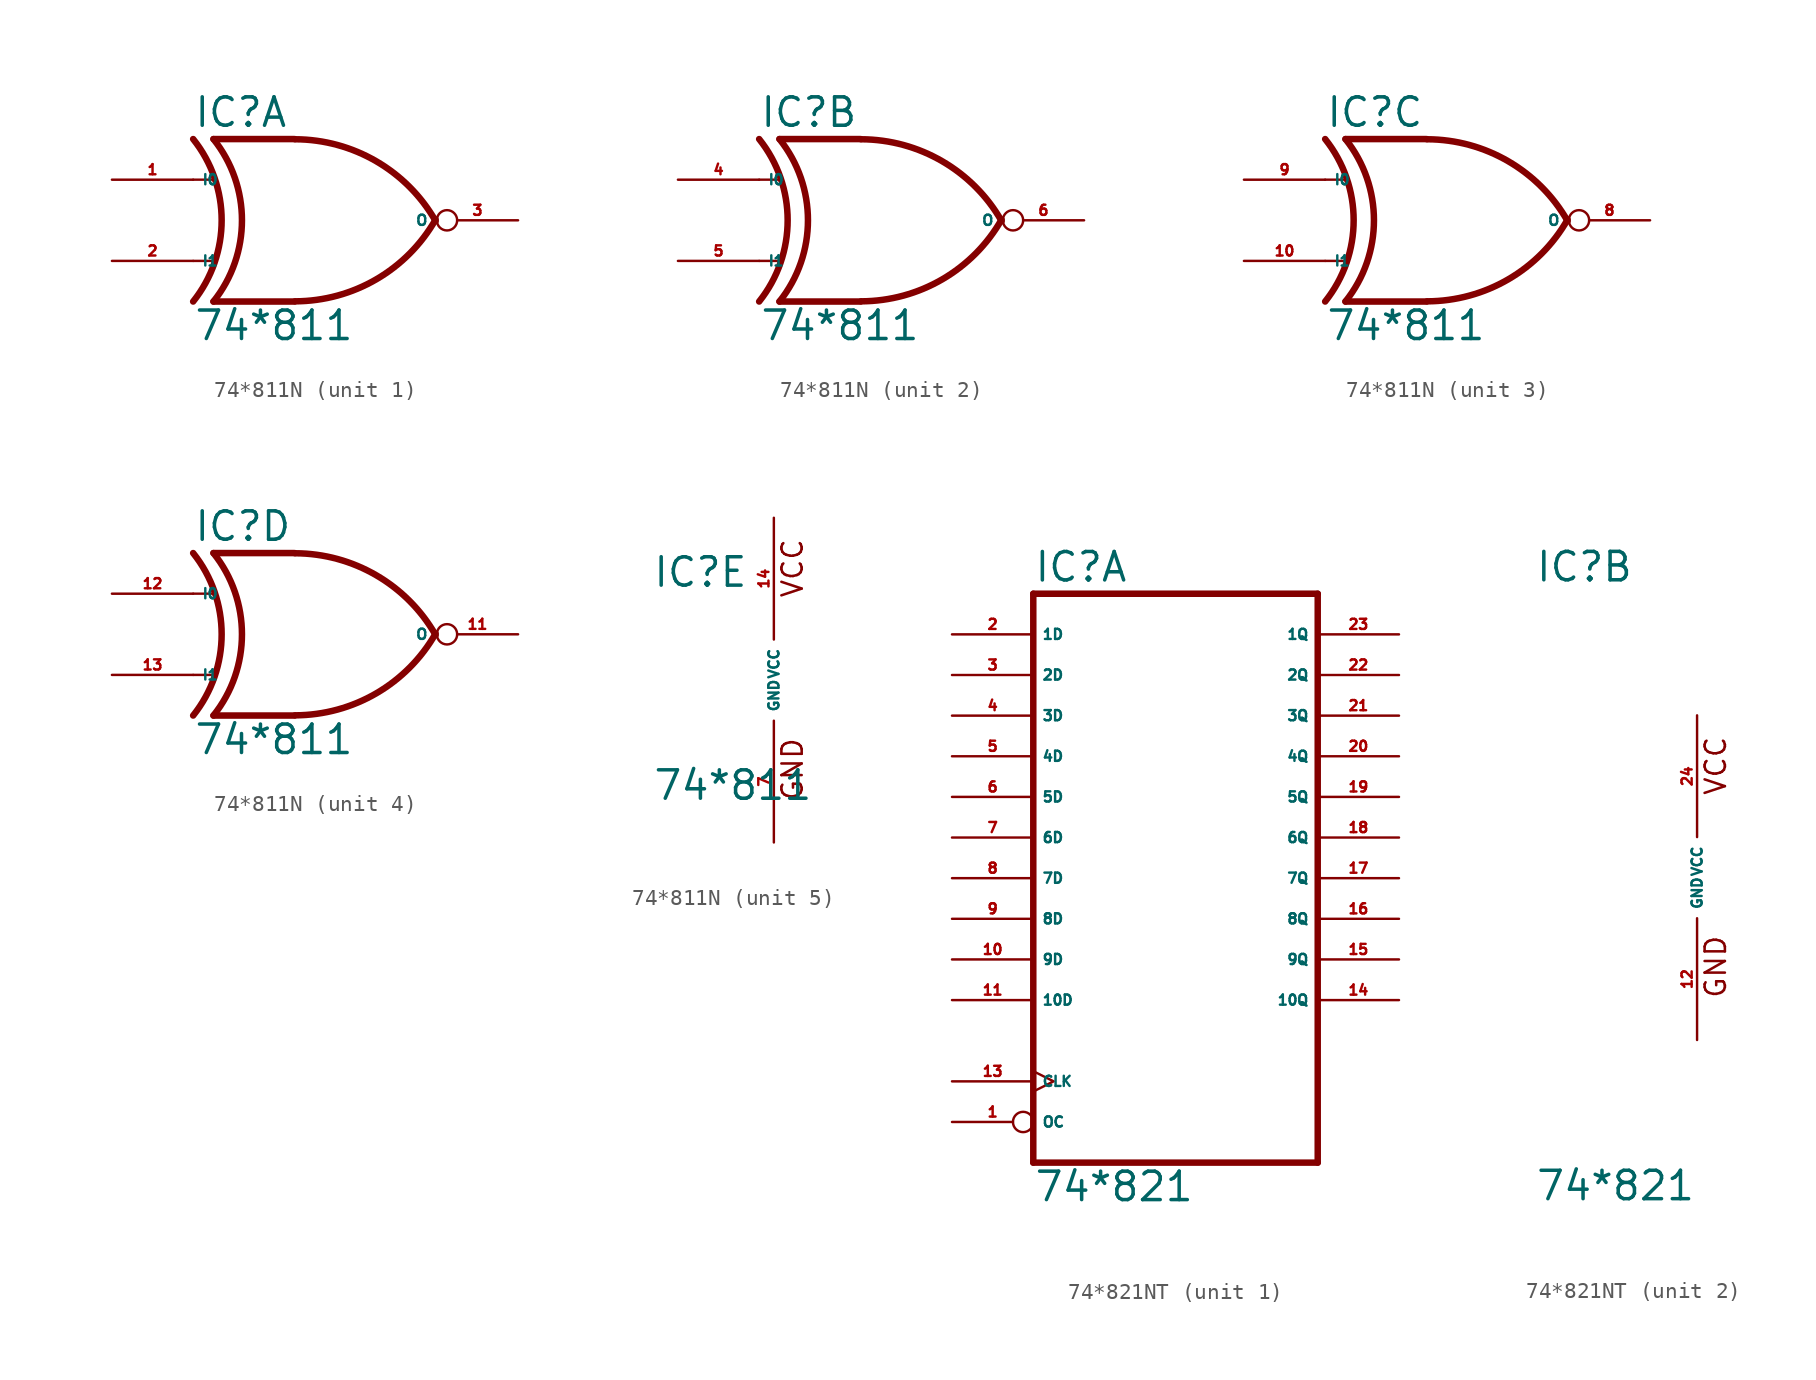
<source format=kicad_sym>
(kicad_symbol_lib
  (version 20220914)
  (generator Eagle2Kicad)
  (symbol "74*811N"
    (property "Reference" "IC"
      (at -7.62 5.715 0)
      (effects (font (size 1.778 1.778) (thickness 0.22)) (justify left bottom)))
    (property "Value" "74*811"
      (at -7.62 -7.62 0)
      (effects (font (size 1.778 1.778) (thickness 0.22)) (justify left bottom)))
    (symbol "74*811N_1_0"
      (polyline (pts (xy -1.27 5.08) (xy -6.35 5.08)) (stroke (width 0.406) (type default)) (fill (type none)))
      (polyline (pts (xy -1.27 -5.08) (xy -6.35 -5.08)) (stroke (width 0.406) (type default)) (fill (type none)))
      (polyline (pts (xy -7.62 2.54) (xy -6.35 2.54)) (stroke (width 0.152) (type default)) (fill (type none)))
      (polyline (pts (xy -7.62 -2.54) (xy -6.35 -2.54)) (stroke (width 0.152) (type default)) (fill (type none)))
      (arc (start -1.2446 -5.0678) (mid 3.837 -3.689) (end 7.5439 0.0507) (stroke (width 0.4064) (type default)) (fill (type none)))
      (arc (start 7.5442 -0.0505) (mid 3.837 3.689) (end -1.2446 5.0678) (stroke (width 0.4064) (type default)) (fill (type none)))
      (arc (start -6.35 -5.08) (mid -4.568 0.000) (end -6.35 5.08) (stroke (width 0.4064) (type default)) (fill (type none)))
      (arc (start -7.62 -5.08) (mid -5.838 0.000) (end -7.62 5.08) (stroke (width 0.4064) (type default)) (fill (type none)))
      (pin input line (at -12.7 2.54 0) (length 5.08) (name "I0" (effects (font (size 0.635 0.635) (thickness 0.08)) (justify left bottom))) (number "1" (effects (font (size 0.635 0.635) (thickness 0.08)) (justify left bottom))))
      (pin input line (at -12.7 -2.54 0) (length 5.08) (name "I1" (effects (font (size 0.635 0.635) (thickness 0.08)) (justify left bottom))) (number "2" (effects (font (size 0.635 0.635) (thickness 0.08)) (justify left bottom))))
      (pin open_collector inverted (at 12.7 0 180) (length 5.08) (name "O" (effects (font (size 0.635 0.635) (thickness 0.08)) (justify left bottom))) (number "3" (effects (font (size 0.635 0.635) (thickness 0.08)) (justify left bottom)))))
    (symbol "74*811N_2_0"
      (polyline (pts (xy -1.27 5.08) (xy -6.35 5.08)) (stroke (width 0.406) (type default)) (fill (type none)))
      (polyline (pts (xy -1.27 -5.08) (xy -6.35 -5.08)) (stroke (width 0.406) (type default)) (fill (type none)))
      (polyline (pts (xy -7.62 2.54) (xy -6.35 2.54)) (stroke (width 0.152) (type default)) (fill (type none)))
      (polyline (pts (xy -7.62 -2.54) (xy -6.35 -2.54)) (stroke (width 0.152) (type default)) (fill (type none)))
      (arc (start -1.2446 -5.0678) (mid 3.837 -3.689) (end 7.5439 0.0507) (stroke (width 0.4064) (type default)) (fill (type none)))
      (arc (start 7.5442 -0.0505) (mid 3.837 3.689) (end -1.2446 5.0678) (stroke (width 0.4064) (type default)) (fill (type none)))
      (arc (start -6.35 -5.08) (mid -4.568 0.000) (end -6.35 5.08) (stroke (width 0.4064) (type default)) (fill (type none)))
      (arc (start -7.62 -5.08) (mid -5.838 0.000) (end -7.62 5.08) (stroke (width 0.4064) (type default)) (fill (type none)))
      (pin input line (at -12.7 2.54 0) (length 5.08) (name "I0" (effects (font (size 0.635 0.635) (thickness 0.08)) (justify left bottom))) (number "4" (effects (font (size 0.635 0.635) (thickness 0.08)) (justify left bottom))))
      (pin input line (at -12.7 -2.54 0) (length 5.08) (name "I1" (effects (font (size 0.635 0.635) (thickness 0.08)) (justify left bottom))) (number "5" (effects (font (size 0.635 0.635) (thickness 0.08)) (justify left bottom))))
      (pin open_collector inverted (at 12.7 0 180) (length 5.08) (name "O" (effects (font (size 0.635 0.635) (thickness 0.08)) (justify left bottom))) (number "6" (effects (font (size 0.635 0.635) (thickness 0.08)) (justify left bottom)))))
    (symbol "74*811N_3_0"
      (polyline (pts (xy -1.27 5.08) (xy -6.35 5.08)) (stroke (width 0.406) (type default)) (fill (type none)))
      (polyline (pts (xy -1.27 -5.08) (xy -6.35 -5.08)) (stroke (width 0.406) (type default)) (fill (type none)))
      (polyline (pts (xy -7.62 2.54) (xy -6.35 2.54)) (stroke (width 0.152) (type default)) (fill (type none)))
      (polyline (pts (xy -7.62 -2.54) (xy -6.35 -2.54)) (stroke (width 0.152) (type default)) (fill (type none)))
      (arc (start -1.2446 -5.0678) (mid 3.837 -3.689) (end 7.5439 0.0507) (stroke (width 0.4064) (type default)) (fill (type none)))
      (arc (start 7.5442 -0.0505) (mid 3.837 3.689) (end -1.2446 5.0678) (stroke (width 0.4064) (type default)) (fill (type none)))
      (arc (start -6.35 -5.08) (mid -4.568 0.000) (end -6.35 5.08) (stroke (width 0.4064) (type default)) (fill (type none)))
      (arc (start -7.62 -5.08) (mid -5.838 0.000) (end -7.62 5.08) (stroke (width 0.4064) (type default)) (fill (type none)))
      (pin input line (at -12.7 2.54 0) (length 5.08) (name "I0" (effects (font (size 0.635 0.635) (thickness 0.08)) (justify left bottom))) (number "9" (effects (font (size 0.635 0.635) (thickness 0.08)) (justify left bottom))))
      (pin input line (at -12.7 -2.54 0) (length 5.08) (name "I1" (effects (font (size 0.635 0.635) (thickness 0.08)) (justify left bottom))) (number "10" (effects (font (size 0.635 0.635) (thickness 0.08)) (justify left bottom))))
      (pin open_collector inverted (at 12.7 0 180) (length 5.08) (name "O" (effects (font (size 0.635 0.635) (thickness 0.08)) (justify left bottom))) (number "8" (effects (font (size 0.635 0.635) (thickness 0.08)) (justify left bottom)))))
    (symbol "74*811N_4_0"
      (polyline (pts (xy -1.27 5.08) (xy -6.35 5.08)) (stroke (width 0.406) (type default)) (fill (type none)))
      (polyline (pts (xy -1.27 -5.08) (xy -6.35 -5.08)) (stroke (width 0.406) (type default)) (fill (type none)))
      (polyline (pts (xy -7.62 2.54) (xy -6.35 2.54)) (stroke (width 0.152) (type default)) (fill (type none)))
      (polyline (pts (xy -7.62 -2.54) (xy -6.35 -2.54)) (stroke (width 0.152) (type default)) (fill (type none)))
      (arc (start -1.2446 -5.0678) (mid 3.837 -3.689) (end 7.5439 0.0507) (stroke (width 0.4064) (type default)) (fill (type none)))
      (arc (start 7.5442 -0.0505) (mid 3.837 3.689) (end -1.2446 5.0678) (stroke (width 0.4064) (type default)) (fill (type none)))
      (arc (start -6.35 -5.08) (mid -4.568 0.000) (end -6.35 5.08) (stroke (width 0.4064) (type default)) (fill (type none)))
      (arc (start -7.62 -5.08) (mid -5.838 0.000) (end -7.62 5.08) (stroke (width 0.4064) (type default)) (fill (type none)))
      (pin input line (at -12.7 2.54 0) (length 5.08) (name "I0" (effects (font (size 0.635 0.635) (thickness 0.08)) (justify left bottom))) (number "12" (effects (font (size 0.635 0.635) (thickness 0.08)) (justify left bottom))))
      (pin input line (at -12.7 -2.54 0) (length 5.08) (name "I1" (effects (font (size 0.635 0.635) (thickness 0.08)) (justify left bottom))) (number "13" (effects (font (size 0.635 0.635) (thickness 0.08)) (justify left bottom))))
      (pin open_collector inverted (at 12.7 0 180) (length 5.08) (name "O" (effects (font (size 0.635 0.635) (thickness 0.08)) (justify left bottom))) (number "11" (effects (font (size 0.635 0.635) (thickness 0.08)) (justify left bottom)))))
    (symbol "74*811N_5_0"
      (text "GND" (at 1.905 -7.62 900) (effects (font (size 1.27 1.27) (thickness 0.16)) (justify left bottom)))
      (text "VCC" (at 1.905 5.08 900) (effects (font (size 1.27 1.27) (thickness 0.16)) (justify left bottom)))
      (pin unspecified line (at 0 -10.16 90) (length 7.62) (name "GND" (effects (font (size 0.635 0.635) (thickness 0.08)) (justify left bottom))) (number "7" (effects (font (size 0.635 0.635) (thickness 0.08)) (justify left bottom))))
      (pin unspecified line (at 0 10.16 270) (length 7.62) (name "VCC" (effects (font (size 0.635 0.635) (thickness 0.08)) (justify left bottom))) (number "14" (effects (font (size 0.635 0.635) (thickness 0.08)) (justify left bottom))))))
  (symbol "74*821NT"
    (property "Reference" "IC"
      (at -10.16 18.415 0)
      (effects (font (size 1.778 1.778) (thickness 0.22)) (justify left bottom)))
    (property "Value" "74*821"
      (at -10.16 -20.32 0)
      (effects (font (size 1.778 1.778) (thickness 0.22)) (justify left bottom)))
    (symbol "74*821NT_1_0"
      (polyline (pts (xy -10.16 -17.78) (xy 7.62 -17.78)) (stroke (width 0.406) (type default)) (fill (type none)))
      (polyline (pts (xy 7.62 -17.78) (xy 7.62 17.78)) (stroke (width 0.406) (type default)) (fill (type none)))
      (polyline (pts (xy 7.62 17.78) (xy -10.16 17.78)) (stroke (width 0.406) (type default)) (fill (type none)))
      (polyline (pts (xy -10.16 17.78) (xy -10.16 -17.78)) (stroke (width 0.406) (type default)) (fill (type none)))
      (pin input inverted (at -15.24 -15.24 0) (length 5.08) (name "OC" (effects (font (size 0.635 0.635) (thickness 0.08)) (justify left bottom))) (number "1" (effects (font (size 0.635 0.635) (thickness 0.08)) (justify left bottom))))
      (pin input line (at -15.24 15.24 0) (length 5.08) (name "1D" (effects (font (size 0.635 0.635) (thickness 0.08)) (justify left bottom))) (number "2" (effects (font (size 0.635 0.635) (thickness 0.08)) (justify left bottom))))
      (pin input line (at -15.24 12.7 0) (length 5.08) (name "2D" (effects (font (size 0.635 0.635) (thickness 0.08)) (justify left bottom))) (number "3" (effects (font (size 0.635 0.635) (thickness 0.08)) (justify left bottom))))
      (pin input line (at -15.24 10.16 0) (length 5.08) (name "3D" (effects (font (size 0.635 0.635) (thickness 0.08)) (justify left bottom))) (number "4" (effects (font (size 0.635 0.635) (thickness 0.08)) (justify left bottom))))
      (pin input line (at -15.24 7.62 0) (length 5.08) (name "4D" (effects (font (size 0.635 0.635) (thickness 0.08)) (justify left bottom))) (number "5" (effects (font (size 0.635 0.635) (thickness 0.08)) (justify left bottom))))
      (pin input line (at -15.24 5.08 0) (length 5.08) (name "5D" (effects (font (size 0.635 0.635) (thickness 0.08)) (justify left bottom))) (number "6" (effects (font (size 0.635 0.635) (thickness 0.08)) (justify left bottom))))
      (pin input line (at -15.24 2.54 0) (length 5.08) (name "6D" (effects (font (size 0.635 0.635) (thickness 0.08)) (justify left bottom))) (number "7" (effects (font (size 0.635 0.635) (thickness 0.08)) (justify left bottom))))
      (pin input line (at -15.24 0 0) (length 5.08) (name "7D" (effects (font (size 0.635 0.635) (thickness 0.08)) (justify left bottom))) (number "8" (effects (font (size 0.635 0.635) (thickness 0.08)) (justify left bottom))))
      (pin input line (at -15.24 -2.54 0) (length 5.08) (name "8D" (effects (font (size 0.635 0.635) (thickness 0.08)) (justify left bottom))) (number "9" (effects (font (size 0.635 0.635) (thickness 0.08)) (justify left bottom))))
      (pin input line (at -15.24 -5.08 0) (length 5.08) (name "9D" (effects (font (size 0.635 0.635) (thickness 0.08)) (justify left bottom))) (number "10" (effects (font (size 0.635 0.635) (thickness 0.08)) (justify left bottom))))
      (pin input line (at -15.24 -7.62 0) (length 5.08) (name "10D" (effects (font (size 0.635 0.635) (thickness 0.08)) (justify left bottom))) (number "11" (effects (font (size 0.635 0.635) (thickness 0.08)) (justify left bottom))))
      (pin input clock (at -15.24 -12.7 0) (length 5.08) (name "CLK" (effects (font (size 0.635 0.635) (thickness 0.08)) (justify left bottom))) (number "13" (effects (font (size 0.635 0.635) (thickness 0.08)) (justify left bottom))))
      (pin tri_state line (at 12.7 -7.62 180) (length 5.08) (name "10Q" (effects (font (size 0.635 0.635) (thickness 0.08)) (justify left bottom))) (number "14" (effects (font (size 0.635 0.635) (thickness 0.08)) (justify left bottom))))
      (pin tri_state line (at 12.7 -5.08 180) (length 5.08) (name "9Q" (effects (font (size 0.635 0.635) (thickness 0.08)) (justify left bottom))) (number "15" (effects (font (size 0.635 0.635) (thickness 0.08)) (justify left bottom))))
      (pin tri_state line (at 12.7 -2.54 180) (length 5.08) (name "8Q" (effects (font (size 0.635 0.635) (thickness 0.08)) (justify left bottom))) (number "16" (effects (font (size 0.635 0.635) (thickness 0.08)) (justify left bottom))))
      (pin tri_state line (at 12.7 0 180) (length 5.08) (name "7Q" (effects (font (size 0.635 0.635) (thickness 0.08)) (justify left bottom))) (number "17" (effects (font (size 0.635 0.635) (thickness 0.08)) (justify left bottom))))
      (pin tri_state line (at 12.7 2.54 180) (length 5.08) (name "6Q" (effects (font (size 0.635 0.635) (thickness 0.08)) (justify left bottom))) (number "18" (effects (font (size 0.635 0.635) (thickness 0.08)) (justify left bottom))))
      (pin tri_state line (at 12.7 5.08 180) (length 5.08) (name "5Q" (effects (font (size 0.635 0.635) (thickness 0.08)) (justify left bottom))) (number "19" (effects (font (size 0.635 0.635) (thickness 0.08)) (justify left bottom))))
      (pin tri_state line (at 12.7 7.62 180) (length 5.08) (name "4Q" (effects (font (size 0.635 0.635) (thickness 0.08)) (justify left bottom))) (number "20" (effects (font (size 0.635 0.635) (thickness 0.08)) (justify left bottom))))
      (pin tri_state line (at 12.7 10.16 180) (length 5.08) (name "3Q" (effects (font (size 0.635 0.635) (thickness 0.08)) (justify left bottom))) (number "21" (effects (font (size 0.635 0.635) (thickness 0.08)) (justify left bottom))))
      (pin tri_state line (at 12.7 12.7 180) (length 5.08) (name "2Q" (effects (font (size 0.635 0.635) (thickness 0.08)) (justify left bottom))) (number "22" (effects (font (size 0.635 0.635) (thickness 0.08)) (justify left bottom))))
      (pin tri_state line (at 12.7 15.24 180) (length 5.08) (name "1Q" (effects (font (size 0.635 0.635) (thickness 0.08)) (justify left bottom))) (number "23" (effects (font (size 0.635 0.635) (thickness 0.08)) (justify left bottom)))))
    (symbol "74*821NT_2_0"
      (text "GND" (at 1.905 -7.62 900) (effects (font (size 1.27 1.27) (thickness 0.16)) (justify left bottom)))
      (text "VCC" (at 1.905 5.08 900) (effects (font (size 1.27 1.27) (thickness 0.16)) (justify left bottom)))
      (pin unspecified line (at 0 -10.16 90) (length 7.62) (name "GND" (effects (font (size 0.635 0.635) (thickness 0.08)) (justify left bottom))) (number "12" (effects (font (size 0.635 0.635) (thickness 0.08)) (justify left bottom))))
      (pin unspecified line (at 0 10.16 270) (length 7.62) (name "VCC" (effects (font (size 0.635 0.635) (thickness 0.08)) (justify left bottom))) (number "24" (effects (font (size 0.635 0.635) (thickness 0.08)) (justify left bottom)))))))
</source>
